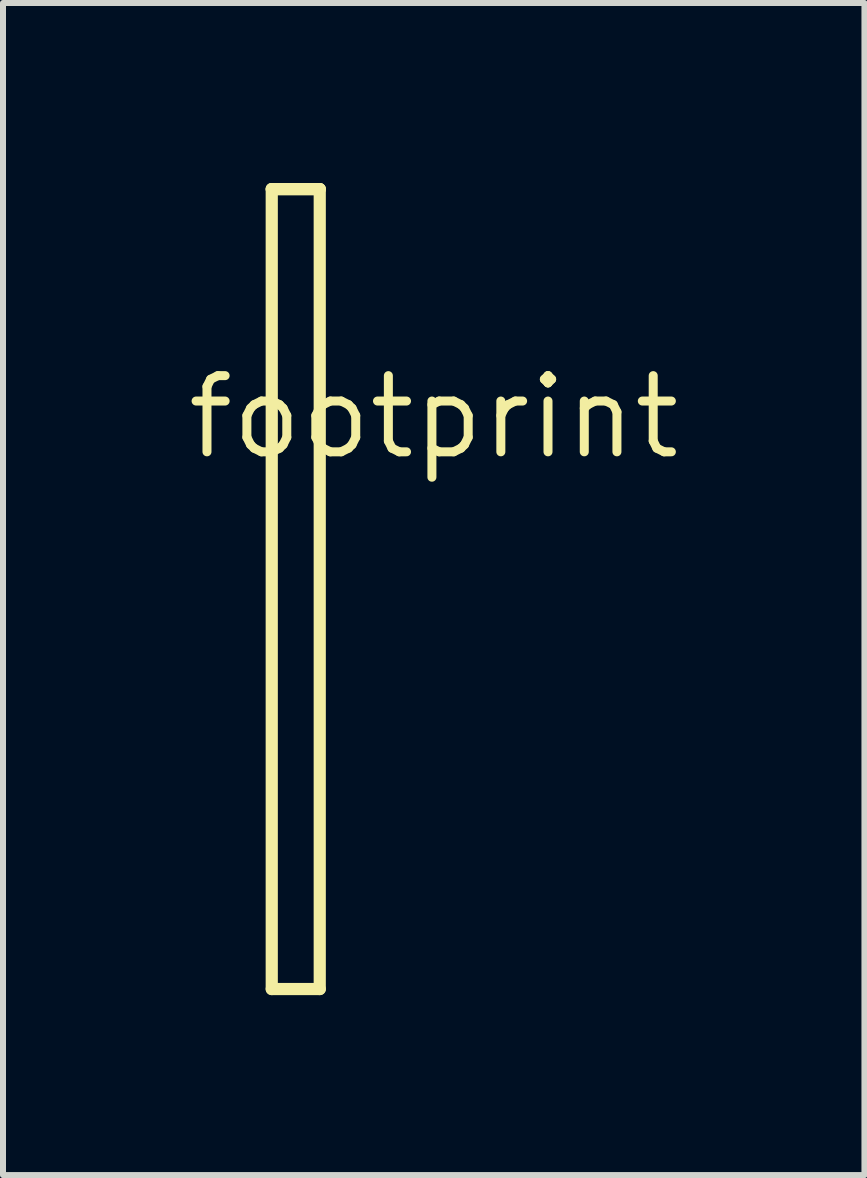
<source format=kicad_pcb>
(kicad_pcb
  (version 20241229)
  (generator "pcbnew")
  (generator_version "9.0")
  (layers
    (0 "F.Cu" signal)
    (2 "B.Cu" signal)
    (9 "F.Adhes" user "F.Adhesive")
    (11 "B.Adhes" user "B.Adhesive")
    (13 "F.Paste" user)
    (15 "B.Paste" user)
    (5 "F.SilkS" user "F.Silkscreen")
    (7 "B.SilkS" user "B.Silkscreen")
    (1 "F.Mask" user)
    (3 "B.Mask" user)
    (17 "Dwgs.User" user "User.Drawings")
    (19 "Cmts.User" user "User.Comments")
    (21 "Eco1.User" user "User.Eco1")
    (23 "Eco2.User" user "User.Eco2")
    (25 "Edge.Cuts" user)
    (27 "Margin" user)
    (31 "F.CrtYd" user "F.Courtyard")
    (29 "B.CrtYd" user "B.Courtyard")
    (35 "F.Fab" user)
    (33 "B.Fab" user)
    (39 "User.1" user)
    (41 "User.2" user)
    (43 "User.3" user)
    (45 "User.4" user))
  (footprint "footprint"
    (layer "F.Cu")
    (at 4.18 3.902)
    (property "Reference" "footprint" (at 0 0 0) (layer "F.SilkS") (effects (font (size 1.27 1.27) (thickness 0.15))))
    (fp_line (start -2.7 -3.8) (end -2.7 9.535) (stroke (width 0.203) (type solid)) (layer "F.SilkS"))
    (fp_line (start -2.7 -3.8) (end -1.9 -3.8) (stroke (width 0.203) (type solid)) (layer "F.SilkS"))
    (fp_line (start -2.7 9.535) (end -1.9 9.535) (stroke (width 0.203) (type solid)) (layer "F.SilkS"))
    (fp_line (start -1.9 -3.8) (end -2.7 -3.8) (stroke (width 0.203) (type solid)) (layer "F.SilkS"))
    (fp_line (start -1.9 9.535) (end -1.9 -3.8) (stroke (width 0.203) (type solid)) (layer "F.SilkS")))
  (gr_rect
    (start -3 -3)
    (end 11.36 16.538)
    (stroke (width 0.1) (type default))
    (fill no)
    (layer "Edge.Cuts")))
</source>
